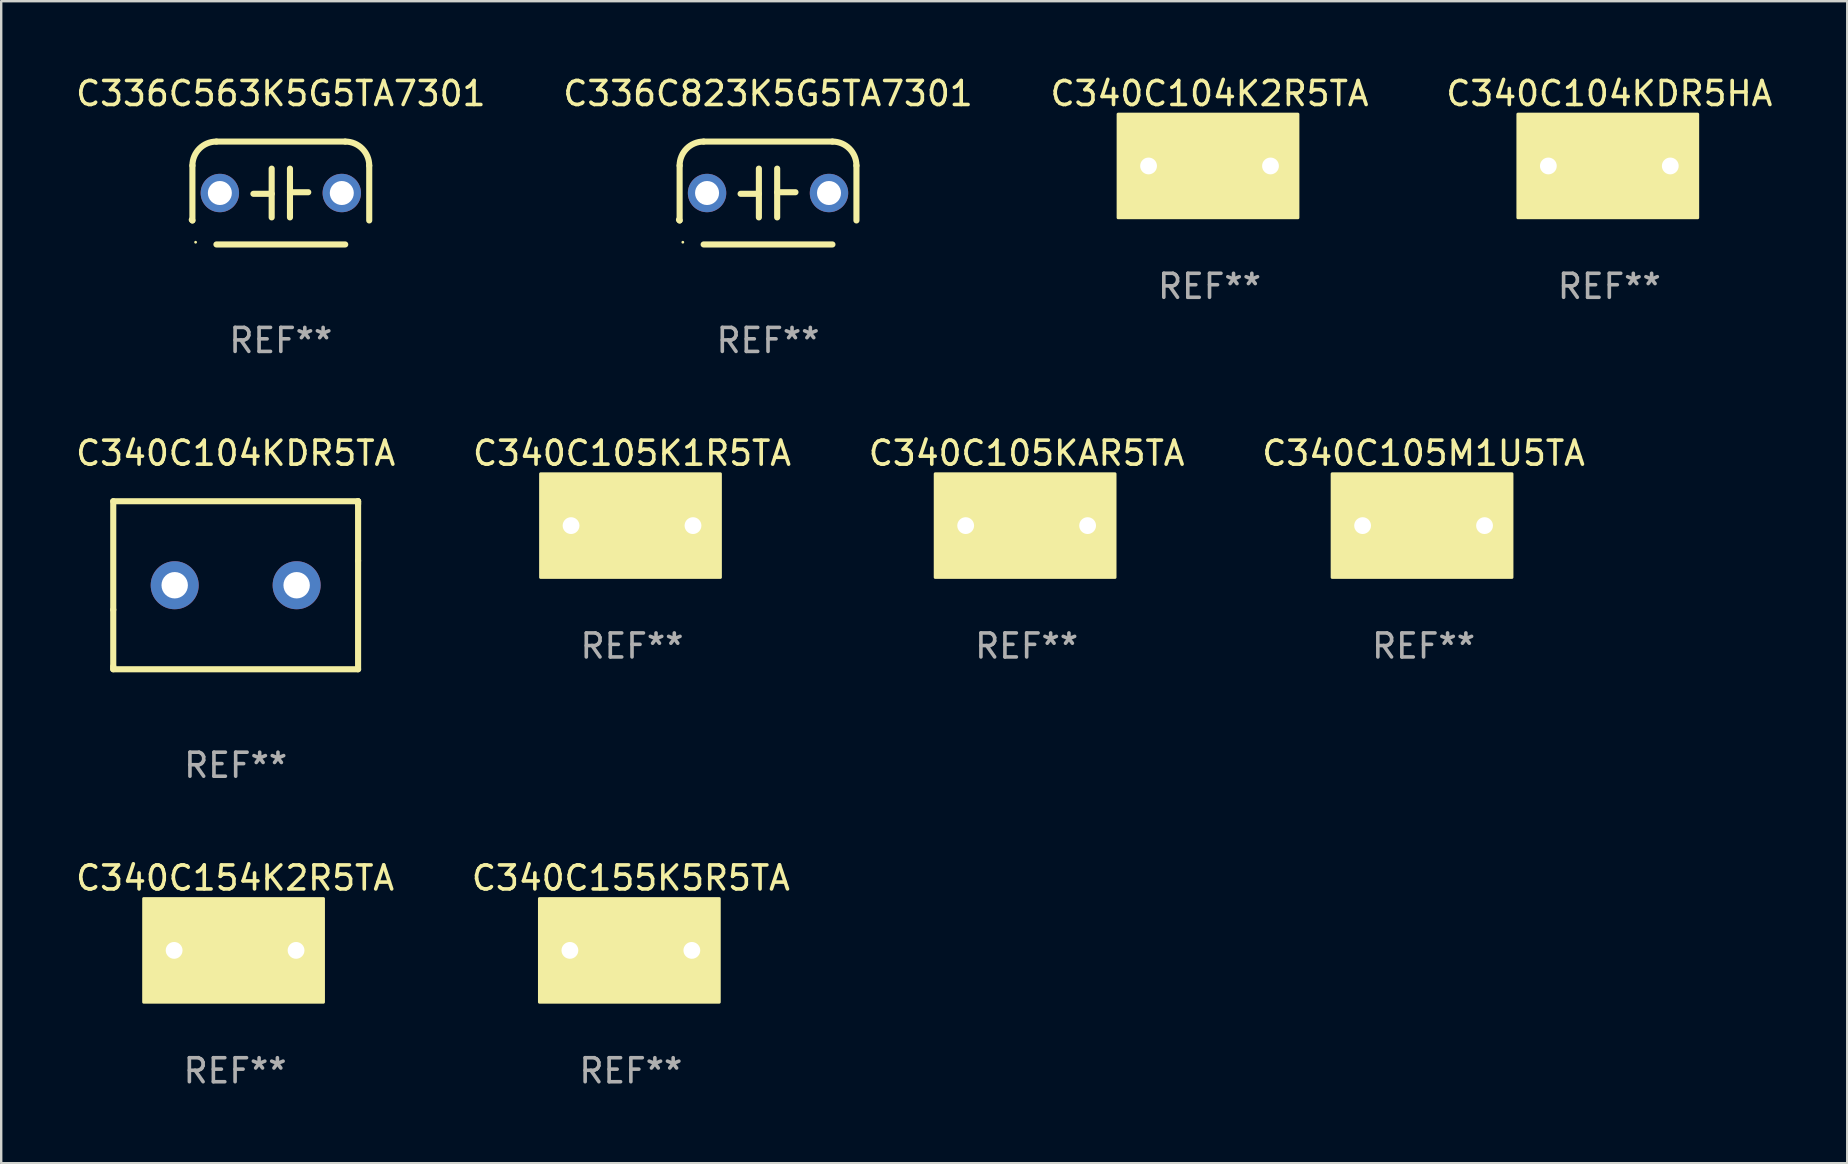
<source format=kicad_pcb>
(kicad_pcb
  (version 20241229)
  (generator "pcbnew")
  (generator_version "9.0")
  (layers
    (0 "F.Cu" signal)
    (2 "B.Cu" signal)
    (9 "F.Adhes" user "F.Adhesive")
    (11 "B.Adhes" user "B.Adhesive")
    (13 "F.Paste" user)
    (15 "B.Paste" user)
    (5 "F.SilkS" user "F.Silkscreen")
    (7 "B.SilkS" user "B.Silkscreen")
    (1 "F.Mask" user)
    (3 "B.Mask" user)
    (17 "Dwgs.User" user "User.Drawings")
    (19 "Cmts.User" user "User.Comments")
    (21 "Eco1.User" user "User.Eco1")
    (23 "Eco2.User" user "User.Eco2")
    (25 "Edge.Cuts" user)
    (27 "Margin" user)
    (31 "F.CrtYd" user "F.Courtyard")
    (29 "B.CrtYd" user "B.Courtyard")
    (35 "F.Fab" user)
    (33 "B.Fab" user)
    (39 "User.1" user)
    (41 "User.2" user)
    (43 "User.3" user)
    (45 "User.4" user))
  (footprint "C340C155K5R5TA"
    (layer "F.Cu")
    (at 23.232 36.543)
    (property "Reference" "C340C155K5R5TA" (at 0 -3.016 0) (layer "F.SilkS") (effects (font (size 1 1) (thickness 0.15))))
    (attr through_hole)
    (fp_line (start -0.508 0.008) (end -1.397 0.008) (stroke (width 0.254) (type solid)) (layer "F.SilkS"))
    (fp_line (start -0.508 1.016) (end -0.508 -1.016) (stroke (width 0.254) (type solid)) (layer "F.SilkS"))
    (fp_line (start 0.508 -1.016) (end 0.508 1.016) (stroke (width 0.254) (type solid)) (layer "F.SilkS"))
    (fp_line (start 0.508 -0.008) (end 1.397 -0.008) (stroke (width 0.254) (type solid)) (layer "F.SilkS"))
    (fp_circle (center -3.68 2.035) (end -3.65 2.035) (stroke (width 0.06) (type solid)) (fill no) (layer "F.SilkS"))
    (fp_poly (pts (xy -3.81 -2.159) (xy 3.683 -2.159) (xy 3.683 2.159) (xy -3.81 2.159)) (stroke (width 0.12) (type solid)) (fill yes) (layer "F.SilkS"))
    (fp_text user "REF**" (at 0 5.016 0) (layer "F.Fab") (effects (font (size 1 1) (thickness 0.15))))
    (pad "1" thru_hole circle (at -2.54 0) (size 1.4 1.4) (drill 0.7) (layers "*.Cu" "*.Mask"))
    (pad "2" thru_hole circle (at 2.54 0) (size 1.4 1.4) (drill 0.7) (layers "*.Cu" "*.Mask")))
  (footprint "C340C104KDR5TA"
    (layer "F.Cu")
    (at 6.768 21.331)
    (property "Reference" "C340C104KDR5TA" (at 0 -5.5 0) (layer "F.SilkS") (effects (font (size 1 1) (thickness 0.15))))
    (attr through_hole)
    (fp_line (start -5.1 -3.5) (end -5.1 1.02) (stroke (width 0.254) (type solid)) (layer "F.SilkS"))
    (fp_line (start -5.1 3.38) (end -5.1 1.02) (stroke (width 0.254) (type solid)) (layer "F.SilkS"))
    (fp_line (start -5.1 3.38) (end -5.1 3.5) (stroke (width 0.254) (type solid)) (layer "F.SilkS"))
    (fp_line (start -5.1 3.5) (end 5.1 3.5) (stroke (width 0.254) (type solid)) (layer "F.SilkS"))
    (fp_line (start 5.1 -3.5) (end -5.1 -3.5) (stroke (width 0.254) (type solid)) (layer "F.SilkS"))
    (fp_line (start 5.1 -3.5) (end 5.1 -1.02) (stroke (width 0.254) (type solid)) (layer "F.SilkS"))
    (fp_line (start 5.1 -3.38) (end 5.1 -3.5) (stroke (width 0.254) (type solid)) (layer "F.SilkS"))
    (fp_line (start 5.1 3.5) (end 5.1 -1.02) (stroke (width 0.254) (type solid)) (layer "F.SilkS"))
    (fp_circle (center -5.155 3.45) (end -5.125 3.45) (stroke (width 0.06) (type solid)) (fill no) (layer "F.SilkS"))
    (fp_text user "REF**" (at 0 7.5 0) (layer "F.Fab") (effects (font (size 1 1) (thickness 0.15))))
    (pad "1" thru_hole circle (at -2.54 0) (size 2 2) (drill 1.1) (layers "*.Cu" "*.Mask"))
    (pad "2" thru_hole circle (at 2.54 0) (size 2 2) (drill 1.1) (layers "*.Cu" "*.Mask")))
  (footprint "C340C105KAR5TA"
    (layer "F.Cu")
    (at 39.72 18.847)
    (property "Reference" "C340C105KAR5TA" (at 0 -3.016 0) (layer "F.SilkS") (effects (font (size 1 1) (thickness 0.15))))
    (attr through_hole)
    (fp_line (start -0.508 0.008) (end -1.397 0.008) (stroke (width 0.254) (type solid)) (layer "F.SilkS"))
    (fp_line (start -0.508 1.016) (end -0.508 -1.016) (stroke (width 0.254) (type solid)) (layer "F.SilkS"))
    (fp_line (start 0.508 -1.016) (end 0.508 1.016) (stroke (width 0.254) (type solid)) (layer "F.SilkS"))
    (fp_line (start 0.508 -0.008) (end 1.397 -0.008) (stroke (width 0.254) (type solid)) (layer "F.SilkS"))
    (fp_circle (center -3.68 2.035) (end -3.65 2.035) (stroke (width 0.06) (type solid)) (fill no) (layer "F.SilkS"))
    (fp_poly (pts (xy -3.81 -2.159) (xy 3.683 -2.159) (xy 3.683 2.159) (xy -3.81 2.159)) (stroke (width 0.12) (type solid)) (fill yes) (layer "F.SilkS"))
    (fp_text user "REF**" (at 0 5.016 0) (layer "F.Fab") (effects (font (size 1 1) (thickness 0.15))))
    (pad "1" thru_hole circle (at -2.54 0) (size 1.4 1.4) (drill 0.7) (layers "*.Cu" "*.Mask"))
    (pad "2" thru_hole circle (at 2.54 0) (size 1.4 1.4) (drill 0.7) (layers "*.Cu" "*.Mask")))
  (footprint "C340C154K2R5TA"
    (layer "F.Cu")
    (at 6.744 36.543)
    (property "Reference" "C340C154K2R5TA" (at 0 -3.016 0) (layer "F.SilkS") (effects (font (size 1 1) (thickness 0.15))))
    (attr through_hole)
    (fp_line (start -0.508 0.008) (end -1.397 0.008) (stroke (width 0.254) (type solid)) (layer "F.SilkS"))
    (fp_line (start -0.508 1.016) (end -0.508 -1.016) (stroke (width 0.254) (type solid)) (layer "F.SilkS"))
    (fp_line (start 0.508 -1.016) (end 0.508 1.016) (stroke (width 0.254) (type solid)) (layer "F.SilkS"))
    (fp_line (start 0.508 -0.008) (end 1.397 -0.008) (stroke (width 0.254) (type solid)) (layer "F.SilkS"))
    (fp_circle (center -3.68 2.035) (end -3.65 2.035) (stroke (width 0.06) (type solid)) (fill no) (layer "F.SilkS"))
    (fp_poly (pts (xy -3.81 -2.159) (xy 3.683 -2.159) (xy 3.683 2.159) (xy -3.81 2.159)) (stroke (width 0.12) (type solid)) (fill yes) (layer "F.SilkS"))
    (fp_text user "REF**" (at 0 5.016 0) (layer "F.Fab") (effects (font (size 1 1) (thickness 0.15))))
    (pad "1" thru_hole circle (at -2.54 0) (size 1.4 1.4) (drill 0.7) (layers "*.Cu" "*.Mask"))
    (pad "2" thru_hole circle (at 2.54 0) (size 1.4 1.4) (drill 0.7) (layers "*.Cu" "*.Mask")))
  (footprint "C336C823K5G5TA7301"
    (layer "F.Cu")
    (at 28.946 4.991)
    (property "Reference" "C336C823K5G5TA7301" (at 0 -4.143 0) (layer "F.SilkS") (effects (font (size 1 1) (thickness 0.15))))
    (attr through_hole)
    (fp_line (start -3.683 -1.143) (end -3.683 1.143) (stroke (width 0.254) (type solid)) (layer "F.SilkS"))
    (fp_line (start -2.683 -2.143) (end 2.683 -2.143) (stroke (width 0.254) (type solid)) (layer "F.SilkS"))
    (fp_line (start -0.381 0.033) (end -1.143 0.033) (stroke (width 0.254) (type solid)) (layer "F.SilkS"))
    (fp_line (start -0.381 1.016) (end -0.381 -1.016) (stroke (width 0.254) (type solid)) (layer "F.SilkS"))
    (fp_line (start 0.381 -1.016) (end 0.381 1.016) (stroke (width 0.254) (type solid)) (layer "F.SilkS"))
    (fp_line (start 0.381 -0.033) (end 1.143 -0.033) (stroke (width 0.254) (type solid)) (layer "F.SilkS"))
    (fp_line (start 2.683 2.143) (end -2.683 2.143) (stroke (width 0.254) (type solid)) (layer "F.SilkS"))
    (fp_line (start 3.683 1.143) (end 3.683 -1.143) (stroke (width 0.254) (type solid)) (layer "F.SilkS"))
    (fp_arc (start -3.710292 1.115763) (mid -3.696656 1.129383) (end -3.68302 1.143002) (stroke (width 0.254001) (type solid)) (layer "F.SilkS"))
    (fp_arc (start -3.682994 -1.142977) (mid -3.390088 -1.850114) (end -2.682944 -2.143002) (stroke (width 0.254001) (type solid)) (layer "F.SilkS"))
    (fp_arc (start 2.682994 -2.143028) (mid 3.390106 -1.850122) (end 3.682995 -1.143002) (stroke (width 0.254001) (type solid)) (layer "F.SilkS"))
    (fp_circle (center -3.55 2.05) (end -3.52 2.05) (stroke (width 0.06) (type solid)) (fill no) (layer "F.SilkS"))
    (fp_text user "REF**" (at 0 6.143 0) (layer "F.Fab") (effects (font (size 1 1) (thickness 0.15))))
    (pad "1" thru_hole circle (at -2.54 0) (size 1.6 1.6) (drill 1) (layers "*.Cu" "*.Mask"))
    (pad "2" thru_hole circle (at 2.54 0) (size 1.6 1.6) (drill 1) (layers "*.Cu" "*.Mask")))
  (footprint "C340C104KDR5HA"
    (layer "F.Cu")
    (at 63.994 3.864)
    (property "Reference" "C340C104KDR5HA" (at 0 -3.016 0) (layer "F.SilkS") (effects (font (size 1 1) (thickness 0.15))))
    (attr through_hole)
    (fp_line (start -0.508 0.008) (end -1.397 0.008) (stroke (width 0.254) (type solid)) (layer "F.SilkS"))
    (fp_line (start -0.508 1.016) (end -0.508 -1.016) (stroke (width 0.254) (type solid)) (layer "F.SilkS"))
    (fp_line (start 0.508 -1.016) (end 0.508 1.016) (stroke (width 0.254) (type solid)) (layer "F.SilkS"))
    (fp_line (start 0.508 -0.008) (end 1.397 -0.008) (stroke (width 0.254) (type solid)) (layer "F.SilkS"))
    (fp_circle (center -3.68 2.035) (end -3.65 2.035) (stroke (width 0.06) (type solid)) (fill no) (layer "F.SilkS"))
    (fp_poly (pts (xy -3.81 -2.159) (xy 3.683 -2.159) (xy 3.683 2.159) (xy -3.81 2.159)) (stroke (width 0.12) (type solid)) (fill yes) (layer "F.SilkS"))
    (fp_text user "REF**" (at 0 5.016 0) (layer "F.Fab") (effects (font (size 1 1) (thickness 0.15))))
    (pad "1" thru_hole circle (at -2.54 0) (size 1.4 1.4) (drill 0.7) (layers "*.Cu" "*.Mask"))
    (pad "2" thru_hole circle (at 2.54 0) (size 1.4 1.4) (drill 0.7) (layers "*.Cu" "*.Mask")))
  (footprint "C340C105K1R5TA"
    (layer "F.Cu")
    (at 23.28 18.847)
    (property "Reference" "C340C105K1R5TA" (at 0 -3.016 0) (layer "F.SilkS") (effects (font (size 1 1) (thickness 0.15))))
    (attr through_hole)
    (fp_line (start -0.508 0.008) (end -1.397 0.008) (stroke (width 0.254) (type solid)) (layer "F.SilkS"))
    (fp_line (start -0.508 1.016) (end -0.508 -1.016) (stroke (width 0.254) (type solid)) (layer "F.SilkS"))
    (fp_line (start 0.508 -1.016) (end 0.508 1.016) (stroke (width 0.254) (type solid)) (layer "F.SilkS"))
    (fp_line (start 0.508 -0.008) (end 1.397 -0.008) (stroke (width 0.254) (type solid)) (layer "F.SilkS"))
    (fp_circle (center -3.68 2.035) (end -3.65 2.035) (stroke (width 0.06) (type solid)) (fill no) (layer "F.SilkS"))
    (fp_poly (pts (xy -3.81 -2.159) (xy 3.683 -2.159) (xy 3.683 2.159) (xy -3.81 2.159)) (stroke (width 0.12) (type solid)) (fill yes) (layer "F.SilkS"))
    (fp_text user "REF**" (at 0 5.016 0) (layer "F.Fab") (effects (font (size 1 1) (thickness 0.15))))
    (pad "1" thru_hole circle (at -2.54 0) (size 1.4 1.4) (drill 0.7) (layers "*.Cu" "*.Mask"))
    (pad "2" thru_hole circle (at 2.54 0) (size 1.4 1.4) (drill 0.7) (layers "*.Cu" "*.Mask")))
  (footprint "C340C105M1U5TA"
    (layer "F.Cu")
    (at 56.256 18.847)
    (property "Reference" "C340C105M1U5TA" (at 0 -3.016 0) (layer "F.SilkS") (effects (font (size 1 1) (thickness 0.15))))
    (attr through_hole)
    (fp_line (start -0.508 0.008) (end -1.397 0.008) (stroke (width 0.254) (type solid)) (layer "F.SilkS"))
    (fp_line (start -0.508 1.016) (end -0.508 -1.016) (stroke (width 0.254) (type solid)) (layer "F.SilkS"))
    (fp_line (start 0.508 -1.016) (end 0.508 1.016) (stroke (width 0.254) (type solid)) (layer "F.SilkS"))
    (fp_line (start 0.508 -0.008) (end 1.397 -0.008) (stroke (width 0.254) (type solid)) (layer "F.SilkS"))
    (fp_circle (center -3.68 2.035) (end -3.65 2.035) (stroke (width 0.06) (type solid)) (fill no) (layer "F.SilkS"))
    (fp_poly (pts (xy -3.81 -2.159) (xy 3.683 -2.159) (xy 3.683 2.159) (xy -3.81 2.159)) (stroke (width 0.12) (type solid)) (fill yes) (layer "F.SilkS"))
    (fp_text user "REF**" (at 0 5.016 0) (layer "F.Fab") (effects (font (size 1 1) (thickness 0.15))))
    (pad "1" thru_hole circle (at -2.54 0) (size 1.4 1.4) (drill 0.7) (layers "*.Cu" "*.Mask"))
    (pad "2" thru_hole circle (at 2.54 0) (size 1.4 1.4) (drill 0.7) (layers "*.Cu" "*.Mask")))
  (footprint "C340C104K2R5TA"
    (layer "F.Cu")
    (at 47.339 3.864)
    (property "Reference" "C340C104K2R5TA" (at 0 -3.016 0) (layer "F.SilkS") (effects (font (size 1 1) (thickness 0.15))))
    (attr through_hole)
    (fp_line (start -0.508 0.008) (end -1.397 0.008) (stroke (width 0.254) (type solid)) (layer "F.SilkS"))
    (fp_line (start -0.508 1.016) (end -0.508 -1.016) (stroke (width 0.254) (type solid)) (layer "F.SilkS"))
    (fp_line (start 0.508 -1.016) (end 0.508 1.016) (stroke (width 0.254) (type solid)) (layer "F.SilkS"))
    (fp_line (start 0.508 -0.008) (end 1.397 -0.008) (stroke (width 0.254) (type solid)) (layer "F.SilkS"))
    (fp_circle (center -3.68 2.035) (end -3.65 2.035) (stroke (width 0.06) (type solid)) (fill no) (layer "F.SilkS"))
    (fp_poly (pts (xy -3.81 -2.159) (xy 3.683 -2.159) (xy 3.683 2.159) (xy -3.81 2.159)) (stroke (width 0.12) (type solid)) (fill yes) (layer "F.SilkS"))
    (fp_text user "REF**" (at 0 5.016 0) (layer "F.Fab") (effects (font (size 1 1) (thickness 0.15))))
    (pad "1" thru_hole circle (at -2.54 0) (size 1.4 1.4) (drill 0.7) (layers "*.Cu" "*.Mask"))
    (pad "2" thru_hole circle (at 2.54 0) (size 1.4 1.4) (drill 0.7) (layers "*.Cu" "*.Mask")))
  (footprint "C336C563K5G5TA7301"
    (layer "F.Cu")
    (at 8.649 4.991)
    (property "Reference" "C336C563K5G5TA7301" (at 0 -4.143 0) (layer "F.SilkS") (effects (font (size 1 1) (thickness 0.15))))
    (attr through_hole)
    (fp_line (start -3.683 -1.143) (end -3.683 1.143) (stroke (width 0.254) (type solid)) (layer "F.SilkS"))
    (fp_line (start -2.683 -2.143) (end 2.683 -2.143) (stroke (width 0.254) (type solid)) (layer "F.SilkS"))
    (fp_line (start -0.381 0.033) (end -1.143 0.033) (stroke (width 0.254) (type solid)) (layer "F.SilkS"))
    (fp_line (start -0.381 1.016) (end -0.381 -1.016) (stroke (width 0.254) (type solid)) (layer "F.SilkS"))
    (fp_line (start 0.381 -1.016) (end 0.381 1.016) (stroke (width 0.254) (type solid)) (layer "F.SilkS"))
    (fp_line (start 0.381 -0.033) (end 1.143 -0.033) (stroke (width 0.254) (type solid)) (layer "F.SilkS"))
    (fp_line (start 2.683 2.143) (end -2.683 2.143) (stroke (width 0.254) (type solid)) (layer "F.SilkS"))
    (fp_line (start 3.683 1.143) (end 3.683 -1.143) (stroke (width 0.254) (type solid)) (layer "F.SilkS"))
    (fp_arc (start -3.710292 1.115763) (mid -3.696656 1.129383) (end -3.68302 1.143002) (stroke (width 0.254001) (type solid)) (layer "F.SilkS"))
    (fp_arc (start -3.682994 -1.142977) (mid -3.390088 -1.850114) (end -2.682944 -2.143002) (stroke (width 0.254001) (type solid)) (layer "F.SilkS"))
    (fp_arc (start 2.682994 -2.143028) (mid 3.390106 -1.850122) (end 3.682995 -1.143002) (stroke (width 0.254001) (type solid)) (layer "F.SilkS"))
    (fp_circle (center -3.55 2.05) (end -3.52 2.05) (stroke (width 0.06) (type solid)) (fill no) (layer "F.SilkS"))
    (fp_text user "REF**" (at 0 6.143 0) (layer "F.Fab") (effects (font (size 1 1) (thickness 0.15))))
    (pad "1" thru_hole circle (at -2.54 0) (size 1.6 1.6) (drill 1) (layers "*.Cu" "*.Mask"))
    (pad "2" thru_hole circle (at 2.54 0) (size 1.6 1.6) (drill 1) (layers "*.Cu" "*.Mask")))
  (gr_rect
    (start -3 -3)
    (end 73.905 45.408)
    (stroke (width 0.1) (type default))
    (fill no)
    (layer "Edge.Cuts")))
</source>
